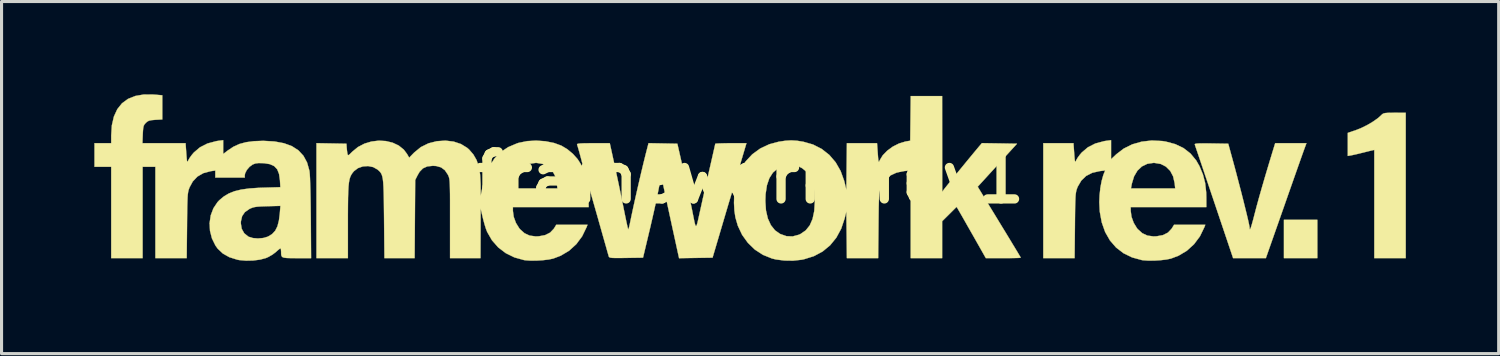
<source format=kicad_pcb>
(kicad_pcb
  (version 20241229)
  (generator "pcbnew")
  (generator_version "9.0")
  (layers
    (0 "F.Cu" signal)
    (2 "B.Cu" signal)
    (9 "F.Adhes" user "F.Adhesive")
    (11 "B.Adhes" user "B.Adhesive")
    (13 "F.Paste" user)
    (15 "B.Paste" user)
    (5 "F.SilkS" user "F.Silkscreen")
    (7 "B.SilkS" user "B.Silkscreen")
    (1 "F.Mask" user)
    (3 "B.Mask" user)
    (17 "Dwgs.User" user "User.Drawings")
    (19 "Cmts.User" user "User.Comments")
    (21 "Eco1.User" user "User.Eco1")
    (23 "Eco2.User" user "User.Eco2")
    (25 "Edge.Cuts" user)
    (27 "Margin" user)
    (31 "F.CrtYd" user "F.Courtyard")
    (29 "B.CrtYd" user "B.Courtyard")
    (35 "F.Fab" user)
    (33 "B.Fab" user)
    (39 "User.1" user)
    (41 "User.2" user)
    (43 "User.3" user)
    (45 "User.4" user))
  (footprint "framework_rev1"
    (layer "F.Cu")
    (at 21.182 2.691)
    (property "Reference" "framework_rev1" (at 0 0 0) (layer "F.SilkS") (effects (font (size 1.524 1.524) (thickness 0.3))))
    (attr through_hole)
    (fp_poly (pts (xy 18.352 2.603) (xy 17.272 2.603) (xy 17.272 1.365) (xy 18.352 1.365) (xy 18.352 2.603)) (stroke (width 0.01) (type solid)) (fill yes) (layer "F.SilkS"))
    (fp_poly (pts (xy 21.209 -2.095) (xy 21.209 2.603) (xy 20.193 2.603) (xy 20.193 -0.896) (xy 20.122 -0.88) (xy 20.058 -0.865) (xy 19.953 -0.839) (xy 19.826 -0.807) (xy 19.796 -0.8) (xy 19.662 -0.767) (xy 19.539 -0.739) (xy 19.45 -0.72) (xy 19.439 -0.718) (xy 19.336 -0.7) (xy 19.336 -1.445) (xy 19.607 -1.538) (xy 19.784 -1.609) (xy 19.972 -1.703) (xy 20.152 -1.81) (xy 20.306 -1.918) (xy 20.413 -2.013) (xy 20.449 -2.049) (xy 20.488 -2.072) (xy 20.542 -2.086) (xy 20.626 -2.093) (xy 20.751 -2.095) (xy 20.849 -2.096) (xy 21.209 -2.095)) (stroke (width 0.01) (type solid)) (fill yes) (layer "F.SilkS"))
    (fp_poly (pts (xy 17.926 -0.913) (xy 17.902 -0.846) (xy 17.859 -0.725) (xy 17.799 -0.556) (xy 17.725 -0.347) (xy 17.639 -0.103) (xy 17.543 0.17) (xy 17.439 0.465) (xy 17.33 0.776) (xy 17.271 0.945) (xy 16.688 2.603) (xy 15.629 2.603) (xy 15.017 0.786) (xy 14.907 0.46) (xy 14.803 0.151) (xy 14.706 -0.135) (xy 14.62 -0.392) (xy 14.544 -0.616) (xy 14.481 -0.802) (xy 14.433 -0.943) (xy 14.402 -1.035) (xy 14.39 -1.072) (xy 14.39 -1.072) (xy 14.397 -1.087) (xy 14.435 -1.098) (xy 14.513 -1.104) (xy 14.635 -1.106) (xy 14.811 -1.106) (xy 14.924 -1.104) (xy 15.472 -1.095) (xy 15.611 -0.587) (xy 15.681 -0.331) (xy 15.752 -0.062) (xy 15.823 0.21) (xy 15.893 0.478) (xy 15.958 0.735) (xy 16.017 0.973) (xy 16.069 1.185) (xy 16.111 1.363) (xy 16.141 1.499) (xy 16.158 1.586) (xy 16.161 1.611) (xy 16.165 1.666) (xy 16.177 1.671) (xy 16.2 1.624) (xy 16.232 1.521) (xy 16.277 1.361) (xy 16.323 1.182) (xy 16.387 0.937) (xy 16.468 0.643) (xy 16.563 0.31) (xy 16.668 -0.051) (xy 16.781 -0.429) (xy 16.894 -0.802) (xy 16.989 -1.111) (xy 17.999 -1.111) (xy 17.926 -0.913)) (stroke (width 0.01) (type solid)) (fill yes) (layer "F.SilkS"))
    (fp_poly (pts (xy 11.684 -0.594) (xy 11.853 -0.754) (xy 12.093 -0.938) (xy 12.369 -1.075) (xy 12.674 -1.162) (xy 13 -1.199) (xy 13.338 -1.182) (xy 13.449 -1.165) (xy 13.759 -1.082) (xy 14.025 -0.955) (xy 14.25 -0.78) (xy 14.435 -0.557) (xy 14.542 -0.37) (xy 14.654 -0.1) (xy 14.725 0.175) (xy 14.759 0.477) (xy 14.763 0.643) (xy 14.764 0.953) (xy 12.319 0.953) (xy 12.319 1.076) (xy 12.345 1.268) (xy 12.417 1.465) (xy 12.523 1.638) (xy 12.547 1.666) (xy 12.694 1.798) (xy 12.86 1.875) (xy 13.056 1.901) (xy 13.158 1.897) (xy 13.362 1.859) (xy 13.521 1.779) (xy 13.639 1.655) (xy 13.653 1.634) (xy 13.721 1.524) (xy 14.73 1.524) (xy 14.701 1.601) (xy 14.557 1.898) (xy 14.366 2.153) (xy 14.134 2.364) (xy 13.864 2.525) (xy 13.622 2.617) (xy 13.474 2.648) (xy 13.286 2.67) (xy 13.083 2.683) (xy 12.886 2.684) (xy 12.72 2.672) (xy 12.679 2.666) (xy 12.364 2.58) (xy 12.085 2.444) (xy 11.846 2.26) (xy 11.648 2.031) (xy 11.493 1.76) (xy 11.383 1.449) (xy 11.319 1.1) (xy 11.303 0.794) (xy 11.313 0.562) (xy 11.337 0.349) (xy 12.327 0.349) (xy 13.757 0.349) (xy 13.739 0.179) (xy 13.69 -0.039) (xy 13.596 -0.217) (xy 13.46 -0.353) (xy 13.289 -0.441) (xy 13.087 -0.475) (xy 13.058 -0.476) (xy 12.855 -0.446) (xy 12.68 -0.361) (xy 12.536 -0.224) (xy 12.427 -0.039) (xy 12.357 0.192) (xy 12.353 0.209) (xy 12.327 0.349) (xy 11.337 0.349) (xy 11.339 0.326) (xy 11.38 0.107) (xy 11.431 -0.075) (xy 11.449 -0.123) (xy 11.494 -0.231) (xy 11.317 -0.21) (xy 11.077 -0.156) (xy 10.878 -0.054) (xy 10.722 0.096) (xy 10.606 0.294) (xy 10.597 0.316) (xy 10.578 0.367) (xy 10.562 0.418) (xy 10.55 0.477) (xy 10.54 0.55) (xy 10.533 0.647) (xy 10.528 0.774) (xy 10.523 0.938) (xy 10.52 1.148) (xy 10.517 1.41) (xy 10.516 1.548) (xy 10.505 2.603) (xy 9.493 2.603) (xy 9.493 -1.111) (xy 9.981 -1.111) (xy 10.469 -1.111) (xy 10.492 -0.787) (xy 10.503 -0.643) (xy 10.512 -0.554) (xy 10.522 -0.514) (xy 10.534 -0.514) (xy 10.551 -0.547) (xy 10.558 -0.563) (xy 10.603 -0.641) (xy 10.675 -0.739) (xy 10.736 -0.811) (xy 10.934 -0.979) (xy 11.175 -1.102) (xy 11.459 -1.178) (xy 11.533 -1.19) (xy 11.684 -1.21) (xy 11.684 -0.594)) (stroke (width 0.01) (type solid)) (fill yes) (layer "F.SilkS"))
    (fp_poly (pts (xy -19.266 -2.684) (xy -19.248 -2.683) (xy -18.986 -2.661) (xy -18.986 -1.88) (xy -19.209 -1.868) (xy -19.334 -1.857) (xy -19.417 -1.839) (xy -19.477 -1.806) (xy -19.519 -1.768) (xy -19.561 -1.721) (xy -19.588 -1.67) (xy -19.603 -1.6) (xy -19.612 -1.494) (xy -19.617 -1.396) (xy -19.628 -1.111) (xy -18.233 -1.111) (xy -18.21 -0.787) (xy -18.199 -0.643) (xy -18.19 -0.554) (xy -18.18 -0.514) (xy -18.168 -0.514) (xy -18.151 -0.547) (xy -18.144 -0.563) (xy -18.099 -0.641) (xy -18.027 -0.739) (xy -17.966 -0.811) (xy -17.768 -0.979) (xy -17.527 -1.102) (xy -17.243 -1.178) (xy -17.169 -1.19) (xy -17.018 -1.21) (xy -17.018 -0.762) (xy -16.867 -0.878) (xy -16.686 -0.998) (xy -16.494 -1.086) (xy -16.278 -1.144) (xy -16.028 -1.177) (xy -15.729 -1.188) (xy -15.716 -1.188) (xy -15.359 -1.168) (xy -15.053 -1.111) (xy -14.795 -1.016) (xy -14.586 -0.881) (xy -14.423 -0.705) (xy -14.306 -0.489) (xy -14.233 -0.231) (xy -14.226 -0.191) (xy -14.219 -0.113) (xy -14.211 0.019) (xy -14.205 0.199) (xy -14.198 0.418) (xy -14.193 0.667) (xy -14.189 0.94) (xy -14.186 1.227) (xy -14.185 1.31) (xy -14.176 2.604) (xy -14.641 2.604) (xy -14.83 2.603) (xy -14.965 2.599) (xy -15.054 2.588) (xy -15.108 2.566) (xy -15.134 2.53) (xy -15.144 2.474) (xy -15.145 2.396) (xy -15.145 2.395) (xy -15.15 2.322) (xy -15.163 2.287) (xy -15.165 2.286) (xy -15.198 2.306) (xy -15.261 2.357) (xy -15.318 2.409) (xy -15.427 2.491) (xy -15.56 2.567) (xy -15.634 2.6) (xy -15.824 2.651) (xy -16.049 2.68) (xy -16.281 2.685) (xy -16.497 2.666) (xy -16.562 2.653) (xy -16.82 2.572) (xy -17.03 2.453) (xy -17.197 2.295) (xy -17.268 2.196) (xy -17.381 1.965) (xy -17.444 1.718) (xy -17.456 1.479) (xy -16.447 1.479) (xy -16.419 1.654) (xy -16.339 1.798) (xy -16.21 1.903) (xy -16.192 1.913) (xy -16.058 1.954) (xy -15.894 1.967) (xy -15.726 1.953) (xy -15.58 1.911) (xy -15.573 1.908) (xy -15.438 1.827) (xy -15.336 1.718) (xy -15.263 1.573) (xy -15.215 1.383) (xy -15.188 1.169) (xy -15.167 0.914) (xy -15.593 0.925) (xy -15.772 0.931) (xy -15.902 0.939) (xy -15.997 0.952) (xy -16.071 0.971) (xy -16.14 0.999) (xy -16.174 1.016) (xy -16.316 1.116) (xy -16.405 1.245) (xy -16.444 1.411) (xy -16.447 1.479) (xy -17.456 1.479) (xy -17.456 1.466) (xy -17.42 1.221) (xy -17.334 0.993) (xy -17.201 0.794) (xy -17.145 0.734) (xy -17 0.612) (xy -16.839 0.515) (xy -16.654 0.441) (xy -16.434 0.387) (xy -16.173 0.351) (xy -15.861 0.33) (xy -15.736 0.326) (xy -15.169 0.31) (xy -15.183 0.081) (xy -15.212 -0.119) (xy -15.271 -0.268) (xy -15.368 -0.371) (xy -15.509 -0.435) (xy -15.7 -0.466) (xy -15.73 -0.467) (xy -15.872 -0.47) (xy -15.975 -0.457) (xy -16.06 -0.425) (xy -16.065 -0.423) (xy -16.167 -0.348) (xy -16.253 -0.247) (xy -16.308 -0.139) (xy -16.32 -0.075) (xy -16.32 0) (xy -17.272 0) (xy -17.272 -0.229) (xy -17.423 -0.207) (xy -17.657 -0.145) (xy -17.85 -0.034) (xy -18.001 0.125) (xy -18.105 0.316) (xy -18.124 0.367) (xy -18.14 0.418) (xy -18.152 0.477) (xy -18.162 0.55) (xy -18.169 0.647) (xy -18.174 0.774) (xy -18.179 0.938) (xy -18.182 1.148) (xy -18.185 1.41) (xy -18.186 1.548) (xy -18.197 2.603) (xy -19.209 2.603) (xy -19.209 -0.349) (xy -19.622 -0.349) (xy -19.622 2.603) (xy -20.637 2.603) (xy -20.637 -0.349) (xy -21.177 -0.349) (xy -21.177 -1.111) (xy -20.637 -1.111) (xy -20.637 -1.361) (xy -20.616 -1.69) (xy -20.55 -1.973) (xy -20.441 -2.21) (xy -20.29 -2.4) (xy -20.096 -2.543) (xy -19.861 -2.638) (xy -19.584 -2.686) (xy -19.266 -2.684)) (stroke (width 0.01) (type solid)) (fill yes) (layer "F.SilkS"))
    (fp_poly (pts (xy 6.224 -1.087) (xy 6.225 0.46) (xy 6.295 0.365) (xy 6.334 0.316) (xy 6.406 0.226) (xy 6.505 0.104) (xy 6.623 -0.042) (xy 6.754 -0.203) (xy 6.891 -0.37) (xy 7.026 -0.535) (xy 7.154 -0.69) (xy 7.266 -0.826) (xy 7.357 -0.935) (xy 7.418 -1.008) (xy 7.419 -1.009) (xy 7.509 -1.114) (xy 8.076 -1.105) (xy 8.643 -1.095) (xy 8.008 -0.4) (xy 7.373 0.295) (xy 7.723 0.87) (xy 7.937 1.22) (xy 8.12 1.521) (xy 8.275 1.774) (xy 8.403 1.985) (xy 8.507 2.157) (xy 8.59 2.294) (xy 8.654 2.399) (xy 8.7 2.477) (xy 8.732 2.531) (xy 8.752 2.565) (xy 8.761 2.584) (xy 8.763 2.589) (xy 8.733 2.594) (xy 8.649 2.598) (xy 8.523 2.601) (xy 8.363 2.603) (xy 8.199 2.603) (xy 7.636 2.603) (xy 7.272 1.96) (xy 7.161 1.765) (xy 7.053 1.576) (xy 6.956 1.405) (xy 6.875 1.262) (xy 6.816 1.16) (xy 6.8 1.132) (xy 6.692 0.945) (xy 6.458 1.178) (xy 6.223 1.411) (xy 6.223 2.603) (xy 5.207 2.603) (xy 5.207 -0.231) (xy 5.003 -0.212) (xy 4.757 -0.165) (xy 4.554 -0.071) (xy 4.393 0.069) (xy 4.273 0.257) (xy 4.247 0.316) (xy 4.228 0.367) (xy 4.212 0.418) (xy 4.2 0.477) (xy 4.19 0.55) (xy 4.183 0.647) (xy 4.178 0.774) (xy 4.173 0.938) (xy 4.17 1.148) (xy 4.167 1.41) (xy 4.166 1.548) (xy 4.155 2.603) (xy 3.144 2.603) (xy 3.136 1.849) (xy 3.127 1.095) (xy 3.072 1.318) (xy 2.96 1.652) (xy 2.802 1.943) (xy 2.601 2.189) (xy 2.359 2.389) (xy 2.078 2.539) (xy 1.759 2.639) (xy 1.682 2.655) (xy 1.407 2.685) (xy 1.121 2.681) (xy 0.85 2.646) (xy 0.723 2.615) (xy 0.431 2.497) (xy 0.169 2.327) (xy -0.056 2.109) (xy -0.242 1.851) (xy -0.381 1.557) (xy -0.46 1.285) (xy -0.492 1.067) (xy -0.505 0.816) (xy -0.503 0.757) (xy 0.508 0.757) (xy 0.528 1.059) (xy 0.588 1.32) (xy 0.687 1.537) (xy 0.822 1.706) (xy 0.988 1.822) (xy 1.191 1.893) (xy 1.39 1.901) (xy 1.592 1.847) (xy 1.648 1.821) (xy 1.814 1.706) (xy 1.943 1.546) (xy 2.034 1.339) (xy 2.089 1.082) (xy 2.108 0.774) (xy 2.108 0.746) (xy 2.092 0.44) (xy 2.045 0.186) (xy 1.964 -0.02) (xy 1.849 -0.182) (xy 1.698 -0.304) (xy 1.687 -0.31) (xy 1.591 -0.359) (xy 1.497 -0.385) (xy 1.376 -0.394) (xy 1.319 -0.395) (xy 1.094 -0.37) (xy 0.906 -0.292) (xy 0.754 -0.163) (xy 0.638 0.018) (xy 0.559 0.25) (xy 0.516 0.535) (xy 0.508 0.757) (xy -0.503 0.757) (xy -0.499 0.559) (xy -0.475 0.324) (xy -0.46 0.24) (xy -0.439 0.131) (xy -0.425 0.049) (xy -0.423 0.011) (xy -0.423 0.011) (xy -0.434 0.038) (xy -0.461 0.12) (xy -0.501 0.251) (xy -0.554 0.424) (xy -0.618 0.633) (xy -0.69 0.872) (xy -0.768 1.135) (xy -0.815 1.294) (xy -1.198 2.588) (xy -1.739 2.596) (xy -2.28 2.605) (xy -2.314 2.453) (xy -2.423 1.953) (xy -2.519 1.514) (xy -2.601 1.135) (xy -2.67 0.816) (xy -2.726 0.556) (xy -2.769 0.354) (xy -2.799 0.21) (xy -2.817 0.123) (xy -2.819 0.111) (xy -2.832 0.045) (xy -2.843 0.007) (xy -2.856 0.002) (xy -2.87 0.036) (xy -2.89 0.114) (xy -2.917 0.242) (xy -2.953 0.425) (xy -2.966 0.492) (xy -2.998 0.651) (xy -3.042 0.856) (xy -3.094 1.093) (xy -3.152 1.347) (xy -3.211 1.604) (xy -3.249 1.762) (xy -3.446 2.588) (xy -3.991 2.596) (xy -4.19 2.599) (xy -4.334 2.599) (xy -4.433 2.596) (xy -4.496 2.589) (xy -4.531 2.577) (xy -4.548 2.56) (xy -4.553 2.549) (xy -4.565 2.506) (xy -4.593 2.41) (xy -4.633 2.266) (xy -4.685 2.084) (xy -4.746 1.869) (xy -4.814 1.628) (xy -4.887 1.371) (xy -4.887 1.369) (xy -4.96 1.113) (xy -5.027 0.878) (xy -5.087 0.669) (xy -5.137 0.493) (xy -5.177 0.358) (xy -5.203 0.27) (xy -5.214 0.237) (xy -5.214 0.237) (xy -5.216 0.262) (xy -5.217 0.34) (xy -5.216 0.456) (xy -5.212 0.59) (xy -5.202 0.953) (xy -7.652 0.953) (xy -7.652 1.076) (xy -7.626 1.268) (xy -7.554 1.465) (xy -7.447 1.638) (xy -7.424 1.666) (xy -7.277 1.798) (xy -7.111 1.875) (xy -6.915 1.901) (xy -6.812 1.897) (xy -6.609 1.859) (xy -6.45 1.779) (xy -6.331 1.655) (xy -6.317 1.634) (xy -6.25 1.524) (xy -5.24 1.524) (xy -5.27 1.601) (xy -5.414 1.898) (xy -5.604 2.153) (xy -5.836 2.364) (xy -6.107 2.525) (xy -6.349 2.617) (xy -6.497 2.648) (xy -6.684 2.67) (xy -6.888 2.683) (xy -7.085 2.684) (xy -7.25 2.672) (xy -7.291 2.666) (xy -7.602 2.58) (xy -7.883 2.442) (xy -8.127 2.256) (xy -8.329 2.026) (xy -8.484 1.757) (xy -8.523 1.656) (xy -8.567 1.516) (xy -8.609 1.363) (xy -8.624 1.302) (xy -8.695 1) (xy -8.697 1.802) (xy -8.7 2.603) (xy -9.684 2.603) (xy -9.684 1.324) (xy -9.684 1.006) (xy -9.684 0.744) (xy -9.685 0.533) (xy -9.688 0.367) (xy -9.691 0.238) (xy -9.696 0.14) (xy -9.703 0.067) (xy -9.713 0.013) (xy -9.725 -0.029) (xy -9.74 -0.065) (xy -9.755 -0.096) (xy -9.852 -0.24) (xy -9.975 -0.331) (xy -10.133 -0.375) (xy -10.239 -0.381) (xy -10.419 -0.362) (xy -10.558 -0.3) (xy -10.668 -0.188) (xy -10.732 -0.079) (xy -10.811 0.079) (xy -10.82 1.341) (xy -10.829 2.603) (xy -11.805 2.603) (xy -11.817 1.326) (xy -11.821 0.988) (xy -11.824 0.708) (xy -11.829 0.48) (xy -11.836 0.296) (xy -11.845 0.151) (xy -11.858 0.04) (xy -11.876 -0.046) (xy -11.899 -0.11) (xy -11.927 -0.16) (xy -11.963 -0.202) (xy -12.006 -0.242) (xy -12.029 -0.261) (xy -12.169 -0.34) (xy -12.333 -0.373) (xy -12.503 -0.361) (xy -12.661 -0.306) (xy -12.79 -0.208) (xy -12.794 -0.203) (xy -12.84 -0.147) (xy -12.878 -0.089) (xy -12.909 -0.024) (xy -12.934 0.056) (xy -12.952 0.157) (xy -12.966 0.285) (xy -12.975 0.447) (xy -12.981 0.649) (xy -12.984 0.897) (xy -12.986 1.199) (xy -12.986 1.419) (xy -12.986 2.603) (xy -14.002 2.603) (xy -14.002 -1.113) (xy -13.518 -1.104) (xy -13.033 -1.095) (xy -13.025 -0.968) (xy -13.015 -0.866) (xy -13.002 -0.779) (xy -13 -0.768) (xy -12.988 -0.731) (xy -12.968 -0.725) (xy -12.929 -0.754) (xy -12.859 -0.823) (xy -12.845 -0.837) (xy -12.661 -0.988) (xy -12.451 -1.098) (xy -12.224 -1.166) (xy -11.989 -1.194) (xy -11.758 -1.181) (xy -11.539 -1.128) (xy -11.343 -1.036) (xy -11.179 -0.904) (xy -11.075 -0.765) (xy -11.005 -0.644) (xy -10.845 -0.808) (xy -10.629 -0.985) (xy -10.381 -1.108) (xy -10.112 -1.176) (xy -9.832 -1.195) (xy -9.568 -1.164) (xy -9.331 -1.085) (xy -9.128 -0.96) (xy -9.068 -0.907) (xy -8.93 -0.747) (xy -8.826 -0.566) (xy -8.755 -0.355) (xy -8.713 -0.104) (xy -8.697 0.195) (xy -8.696 0.221) (xy -8.693 0.587) (xy -8.644 0.349) (xy -7.644 0.349) (xy -6.214 0.349) (xy -6.232 0.179) (xy -6.281 -0.039) (xy -6.375 -0.217) (xy -6.511 -0.353) (xy -6.682 -0.441) (xy -6.884 -0.475) (xy -6.913 -0.476) (xy -7.116 -0.446) (xy -7.291 -0.361) (xy -7.435 -0.224) (xy -7.544 -0.039) (xy -7.614 0.192) (xy -7.617 0.209) (xy -7.644 0.349) (xy -8.644 0.349) (xy -8.632 0.29) (xy -8.537 -0.064) (xy -8.409 -0.367) (xy -8.247 -0.619) (xy -8.046 -0.824) (xy -7.805 -0.985) (xy -7.522 -1.105) (xy -7.462 -1.124) (xy -7.192 -1.179) (xy -6.899 -1.196) (xy -6.602 -1.175) (xy -6.321 -1.119) (xy -6.086 -1.033) (xy -5.895 -0.919) (xy -5.714 -0.769) (xy -5.561 -0.598) (xy -5.474 -0.463) (xy -5.425 -0.374) (xy -5.389 -0.315) (xy -5.373 -0.299) (xy -5.378 -0.331) (xy -5.396 -0.41) (xy -5.424 -0.521) (xy -5.458 -0.65) (xy -5.494 -0.784) (xy -5.529 -0.908) (xy -5.558 -1.007) (xy -5.578 -1.069) (xy -5.578 -1.069) (xy -5.574 -1.085) (xy -5.54 -1.096) (xy -5.471 -1.104) (xy -5.358 -1.109) (xy -5.194 -1.111) (xy -5.058 -1.111) (xy -4.52 -1.111) (xy -4.355 -0.357) (xy -4.299 -0.097) (xy -4.238 0.189) (xy -4.177 0.48) (xy -4.121 0.755) (xy -4.073 0.992) (xy -4.066 1.027) (xy -4.027 1.219) (xy -3.992 1.389) (xy -3.962 1.527) (xy -3.94 1.624) (xy -3.927 1.67) (xy -3.926 1.673) (xy -3.912 1.653) (xy -3.893 1.586) (xy -3.874 1.503) (xy -3.82 1.241) (xy -3.754 0.934) (xy -3.679 0.596) (xy -3.599 0.244) (xy -3.517 -0.108) (xy -3.437 -0.444) (xy -3.362 -0.747) (xy -3.299 -0.993) (xy -3.267 -1.113) (xy -2.336 -1.095) (xy -2.137 -0.222) (xy -2.08 0.031) (xy -2.023 0.288) (xy -1.969 0.535) (xy -1.92 0.758) (xy -1.881 0.945) (xy -1.857 1.064) (xy -1.814 1.281) (xy -1.782 1.438) (xy -1.757 1.533) (xy -1.735 1.569) (xy -1.713 1.545) (xy -1.687 1.462) (xy -1.655 1.322) (xy -1.611 1.123) (xy -1.608 1.109) (xy -1.565 0.915) (xy -1.512 0.676) (xy -1.452 0.41) (xy -1.389 0.134) (xy -1.328 -0.134) (xy -1.299 -0.26) (xy -1.249 -0.478) (xy -1.204 -0.676) (xy -1.166 -0.844) (xy -1.136 -0.976) (xy -1.117 -1.061) (xy -1.111 -1.093) (xy -1.081 -1.099) (xy -0.998 -1.104) (xy -0.874 -1.108) (xy -0.717 -1.111) (xy -0.607 -1.111) (xy -0.103 -1.111) (xy -0.242 -0.643) (xy -0.306 -0.427) (xy -0.352 -0.267) (xy -0.381 -0.16) (xy -0.393 -0.102) (xy -0.39 -0.089) (xy -0.37 -0.116) (xy -0.336 -0.181) (xy -0.301 -0.248) (xy -0.131 -0.521) (xy 0.086 -0.753) (xy 0.343 -0.94) (xy 0.636 -1.078) (xy 0.942 -1.16) (xy 1.161 -1.192) (xy 1.349 -1.203) (xy 1.534 -1.191) (xy 1.736 -1.159) (xy 2.05 -1.069) (xy 2.331 -0.926) (xy 2.576 -0.733) (xy 2.781 -0.494) (xy 2.942 -0.213) (xy 3.058 0.108) (xy 3.073 0.169) (xy 3.127 0.397) (xy 3.144 -1.111) (xy 3.632 -1.111) (xy 4.119 -1.111) (xy 4.142 -0.787) (xy 4.153 -0.642) (xy 4.162 -0.554) (xy 4.171 -0.514) (xy 4.184 -0.514) (xy 4.201 -0.547) (xy 4.208 -0.564) (xy 4.304 -0.721) (xy 4.449 -0.87) (xy 4.628 -1.001) (xy 4.828 -1.102) (xy 5.034 -1.165) (xy 5.056 -1.169) (xy 5.191 -1.192) (xy 5.2 -1.914) (xy 5.208 -2.635) (xy 6.223 -2.635) (xy 6.224 -1.087)) (stroke (width 0.01) (type solid)) (fill yes) (layer "F.SilkS")))
  (gr_rect
    (start -3 -3)
    (end 45.396 8.381)
    (stroke (width 0.1) (type default))
    (fill no)
    (layer "Edge.Cuts")))
</source>
